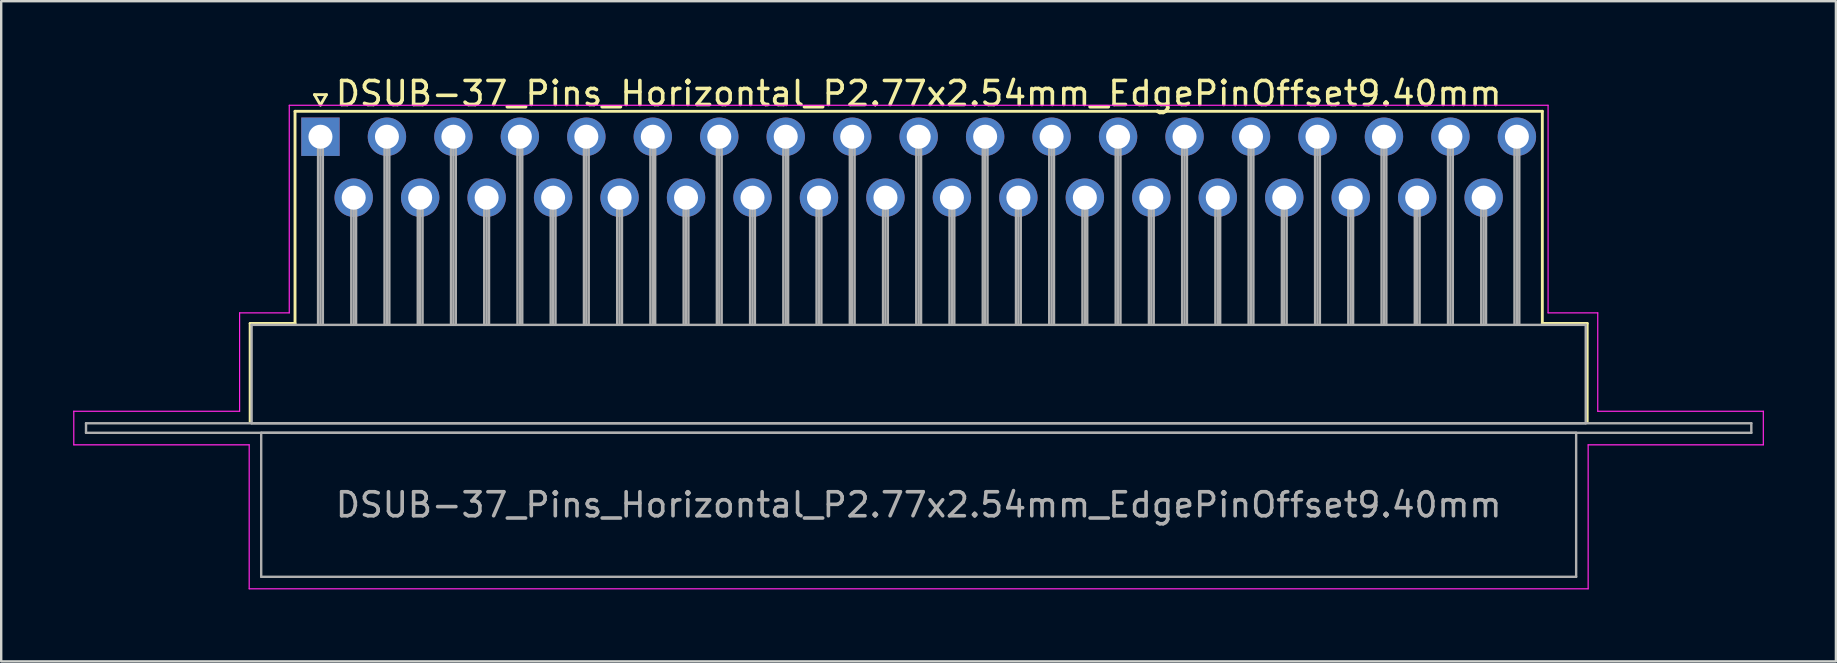
<source format=kicad_pcb>
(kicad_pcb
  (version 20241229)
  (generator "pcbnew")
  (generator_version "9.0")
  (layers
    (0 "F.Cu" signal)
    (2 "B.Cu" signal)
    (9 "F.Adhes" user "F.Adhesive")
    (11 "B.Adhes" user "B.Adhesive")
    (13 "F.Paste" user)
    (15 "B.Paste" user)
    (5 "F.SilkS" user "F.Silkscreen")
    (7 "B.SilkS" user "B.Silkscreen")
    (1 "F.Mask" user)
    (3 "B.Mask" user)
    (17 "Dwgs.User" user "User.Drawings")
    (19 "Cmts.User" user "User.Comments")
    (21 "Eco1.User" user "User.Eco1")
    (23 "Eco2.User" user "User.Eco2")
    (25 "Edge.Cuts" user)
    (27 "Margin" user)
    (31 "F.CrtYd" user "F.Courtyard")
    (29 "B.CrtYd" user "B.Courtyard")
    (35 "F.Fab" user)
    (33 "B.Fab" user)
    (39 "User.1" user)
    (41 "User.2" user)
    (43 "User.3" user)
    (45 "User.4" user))
  (footprint "DSUB-37_Pins_Horizontal_P2.77x2.54mm_EdgePinOffset9.40mm"
    (layer "F.Cu")
    (at 10.305 2.648)
    (property "Reference" "DSUB-37_Pins_Horizontal_P2.77x2.54mm_EdgePinOffset9.40mm" (at 24.93 -1.8 0) (layer "F.SilkS") (effects (font (size 1 1) (thickness 0.15))))
    (attr through_hole)
    (fp_line (start -2.93 7.78) (end -1.06 7.78) (stroke (width 0.12) (type solid)) (layer "F.SilkS"))
    (fp_line (start -2.93 11.88) (end -2.93 7.78) (stroke (width 0.12) (type solid)) (layer "F.SilkS"))
    (fp_line (start -1.06 -1.06) (end 50.92 -1.06) (stroke (width 0.12) (type solid)) (layer "F.SilkS"))
    (fp_line (start -1.06 7.78) (end -1.06 -1.06) (stroke (width 0.12) (type solid)) (layer "F.SilkS"))
    (fp_line (start -0.25 -1.754) (end 0.25 -1.754) (stroke (width 0.12) (type solid)) (layer "F.SilkS"))
    (fp_line (start 0 -1.321) (end -0.25 -1.754) (stroke (width 0.12) (type solid)) (layer "F.SilkS"))
    (fp_line (start 0.25 -1.754) (end 0 -1.321) (stroke (width 0.12) (type solid)) (layer "F.SilkS"))
    (fp_line (start 50.92 -1.06) (end 50.92 7.78) (stroke (width 0.12) (type solid)) (layer "F.SilkS"))
    (fp_line (start 50.92 7.78) (end 52.79 7.78) (stroke (width 0.12) (type solid)) (layer "F.SilkS"))
    (fp_line (start 52.79 7.78) (end 52.79 11.88) (stroke (width 0.12) (type solid)) (layer "F.SilkS"))
    (fp_line (start -10.28 11.44) (end -3.37 11.44) (stroke (width 0.05) (type solid)) (layer "F.CrtYd"))
    (fp_line (start -10.28 12.84) (end -10.28 11.44) (stroke (width 0.05) (type solid)) (layer "F.CrtYd"))
    (fp_line (start -3.37 7.34) (end -1.3 7.34) (stroke (width 0.05) (type solid)) (layer "F.CrtYd"))
    (fp_line (start -3.37 11.44) (end -3.37 7.34) (stroke (width 0.05) (type solid)) (layer "F.CrtYd"))
    (fp_line (start -2.97 12.84) (end -10.28 12.84) (stroke (width 0.05) (type solid)) (layer "F.CrtYd"))
    (fp_line (start -2.97 18.84) (end -2.97 12.84) (stroke (width 0.05) (type solid)) (layer "F.CrtYd"))
    (fp_line (start -1.3 -1.31) (end 51.16 -1.31) (stroke (width 0.05) (type solid)) (layer "F.CrtYd"))
    (fp_line (start -1.3 7.34) (end -1.3 -1.31) (stroke (width 0.05) (type solid)) (layer "F.CrtYd"))
    (fp_line (start 51.16 -1.31) (end 51.16 7.34) (stroke (width 0.05) (type solid)) (layer "F.CrtYd"))
    (fp_line (start 51.16 7.34) (end 53.23 7.34) (stroke (width 0.05) (type solid)) (layer "F.CrtYd"))
    (fp_line (start 52.83 12.84) (end 52.83 18.84) (stroke (width 0.05) (type solid)) (layer "F.CrtYd"))
    (fp_line (start 52.83 18.84) (end -2.97 18.84) (stroke (width 0.05) (type solid)) (layer "F.CrtYd"))
    (fp_line (start 53.23 7.34) (end 53.23 11.44) (stroke (width 0.05) (type solid)) (layer "F.CrtYd"))
    (fp_line (start 53.23 11.44) (end 60.13 11.44) (stroke (width 0.05) (type solid)) (layer "F.CrtYd"))
    (fp_line (start 60.13 11.44) (end 60.13 12.84) (stroke (width 0.05) (type solid)) (layer "F.CrtYd"))
    (fp_line (start 60.13 12.84) (end 52.83 12.84) (stroke (width 0.05) (type solid)) (layer "F.CrtYd"))
    (fp_line (start -9.77 11.94) (end -9.77 12.34) (stroke (width 0.1) (type solid)) (layer "F.Fab"))
    (fp_line (start -9.77 12.34) (end 59.63 12.34) (stroke (width 0.1) (type solid)) (layer "F.Fab"))
    (fp_line (start -2.87 7.84) (end -2.87 11.94) (stroke (width 0.1) (type solid)) (layer "F.Fab"))
    (fp_line (start -2.87 11.94) (end 52.73 11.94) (stroke (width 0.1) (type solid)) (layer "F.Fab"))
    (fp_line (start -2.47 12.34) (end -2.47 18.34) (stroke (width 0.1) (type solid)) (layer "F.Fab"))
    (fp_line (start -2.47 18.34) (end 52.33 18.34) (stroke (width 0.1) (type solid)) (layer "F.Fab"))
    (fp_line (start -0.1 0) (end -0.1 7.84) (stroke (width 0.1) (type solid)) (layer "F.Fab"))
    (fp_line (start 0 0) (end 0 7.84) (stroke (width 0.1) (type solid)) (layer "F.Fab"))
    (fp_line (start 0.1 0) (end 0.1 7.84) (stroke (width 0.1) (type solid)) (layer "F.Fab"))
    (fp_line (start 1.285 2.54) (end 1.285 7.84) (stroke (width 0.1) (type solid)) (layer "F.Fab"))
    (fp_line (start 1.385 2.54) (end 1.385 7.84) (stroke (width 0.1) (type solid)) (layer "F.Fab"))
    (fp_line (start 1.485 2.54) (end 1.485 7.84) (stroke (width 0.1) (type solid)) (layer "F.Fab"))
    (fp_line (start 2.67 0) (end 2.67 7.84) (stroke (width 0.1) (type solid)) (layer "F.Fab"))
    (fp_line (start 2.77 0) (end 2.77 7.84) (stroke (width 0.1) (type solid)) (layer "F.Fab"))
    (fp_line (start 2.87 0) (end 2.87 7.84) (stroke (width 0.1) (type solid)) (layer "F.Fab"))
    (fp_line (start 4.055 2.54) (end 4.055 7.84) (stroke (width 0.1) (type solid)) (layer "F.Fab"))
    (fp_line (start 4.155 2.54) (end 4.155 7.84) (stroke (width 0.1) (type solid)) (layer "F.Fab"))
    (fp_line (start 4.255 2.54) (end 4.255 7.84) (stroke (width 0.1) (type solid)) (layer "F.Fab"))
    (fp_line (start 5.44 0) (end 5.44 7.84) (stroke (width 0.1) (type solid)) (layer "F.Fab"))
    (fp_line (start 5.54 0) (end 5.54 7.84) (stroke (width 0.1) (type solid)) (layer "F.Fab"))
    (fp_line (start 5.64 0) (end 5.64 7.84) (stroke (width 0.1) (type solid)) (layer "F.Fab"))
    (fp_line (start 6.825 2.54) (end 6.825 7.84) (stroke (width 0.1) (type solid)) (layer "F.Fab"))
    (fp_line (start 6.925 2.54) (end 6.925 7.84) (stroke (width 0.1) (type solid)) (layer "F.Fab"))
    (fp_line (start 7.025 2.54) (end 7.025 7.84) (stroke (width 0.1) (type solid)) (layer "F.Fab"))
    (fp_line (start 8.21 0) (end 8.21 7.84) (stroke (width 0.1) (type solid)) (layer "F.Fab"))
    (fp_line (start 8.31 0) (end 8.31 7.84) (stroke (width 0.1) (type solid)) (layer "F.Fab"))
    (fp_line (start 8.41 0) (end 8.41 7.84) (stroke (width 0.1) (type solid)) (layer "F.Fab"))
    (fp_line (start 9.595 2.54) (end 9.595 7.84) (stroke (width 0.1) (type solid)) (layer "F.Fab"))
    (fp_line (start 9.695 2.54) (end 9.695 7.84) (stroke (width 0.1) (type solid)) (layer "F.Fab"))
    (fp_line (start 9.795 2.54) (end 9.795 7.84) (stroke (width 0.1) (type solid)) (layer "F.Fab"))
    (fp_line (start 10.98 0) (end 10.98 7.84) (stroke (width 0.1) (type solid)) (layer "F.Fab"))
    (fp_line (start 11.08 0) (end 11.08 7.84) (stroke (width 0.1) (type solid)) (layer "F.Fab"))
    (fp_line (start 11.18 0) (end 11.18 7.84) (stroke (width 0.1) (type solid)) (layer "F.Fab"))
    (fp_line (start 12.365 2.54) (end 12.365 7.84) (stroke (width 0.1) (type solid)) (layer "F.Fab"))
    (fp_line (start 12.465 2.54) (end 12.465 7.84) (stroke (width 0.1) (type solid)) (layer "F.Fab"))
    (fp_line (start 12.565 2.54) (end 12.565 7.84) (stroke (width 0.1) (type solid)) (layer "F.Fab"))
    (fp_line (start 13.75 0) (end 13.75 7.84) (stroke (width 0.1) (type solid)) (layer "F.Fab"))
    (fp_line (start 13.85 0) (end 13.85 7.84) (stroke (width 0.1) (type solid)) (layer "F.Fab"))
    (fp_line (start 13.95 0) (end 13.95 7.84) (stroke (width 0.1) (type solid)) (layer "F.Fab"))
    (fp_line (start 15.135 2.54) (end 15.135 7.84) (stroke (width 0.1) (type solid)) (layer "F.Fab"))
    (fp_line (start 15.235 2.54) (end 15.235 7.84) (stroke (width 0.1) (type solid)) (layer "F.Fab"))
    (fp_line (start 15.335 2.54) (end 15.335 7.84) (stroke (width 0.1) (type solid)) (layer "F.Fab"))
    (fp_line (start 16.52 0) (end 16.52 7.84) (stroke (width 0.1) (type solid)) (layer "F.Fab"))
    (fp_line (start 16.62 0) (end 16.62 7.84) (stroke (width 0.1) (type solid)) (layer "F.Fab"))
    (fp_line (start 16.72 0) (end 16.72 7.84) (stroke (width 0.1) (type solid)) (layer "F.Fab"))
    (fp_line (start 17.905 2.54) (end 17.905 7.84) (stroke (width 0.1) (type solid)) (layer "F.Fab"))
    (fp_line (start 18.005 2.54) (end 18.005 7.84) (stroke (width 0.1) (type solid)) (layer "F.Fab"))
    (fp_line (start 18.105 2.54) (end 18.105 7.84) (stroke (width 0.1) (type solid)) (layer "F.Fab"))
    (fp_line (start 19.29 0) (end 19.29 7.84) (stroke (width 0.1) (type solid)) (layer "F.Fab"))
    (fp_line (start 19.39 0) (end 19.39 7.84) (stroke (width 0.1) (type solid)) (layer "F.Fab"))
    (fp_line (start 19.49 0) (end 19.49 7.84) (stroke (width 0.1) (type solid)) (layer "F.Fab"))
    (fp_line (start 20.675 2.54) (end 20.675 7.84) (stroke (width 0.1) (type solid)) (layer "F.Fab"))
    (fp_line (start 20.775 2.54) (end 20.775 7.84) (stroke (width 0.1) (type solid)) (layer "F.Fab"))
    (fp_line (start 20.875 2.54) (end 20.875 7.84) (stroke (width 0.1) (type solid)) (layer "F.Fab"))
    (fp_line (start 22.06 0) (end 22.06 7.84) (stroke (width 0.1) (type solid)) (layer "F.Fab"))
    (fp_line (start 22.16 0) (end 22.16 7.84) (stroke (width 0.1) (type solid)) (layer "F.Fab"))
    (fp_line (start 22.26 0) (end 22.26 7.84) (stroke (width 0.1) (type solid)) (layer "F.Fab"))
    (fp_line (start 23.445 2.54) (end 23.445 7.84) (stroke (width 0.1) (type solid)) (layer "F.Fab"))
    (fp_line (start 23.545 2.54) (end 23.545 7.84) (stroke (width 0.1) (type solid)) (layer "F.Fab"))
    (fp_line (start 23.645 2.54) (end 23.645 7.84) (stroke (width 0.1) (type solid)) (layer "F.Fab"))
    (fp_line (start 24.83 0) (end 24.83 7.84) (stroke (width 0.1) (type solid)) (layer "F.Fab"))
    (fp_line (start 24.93 0) (end 24.93 7.84) (stroke (width 0.1) (type solid)) (layer "F.Fab"))
    (fp_line (start 25.03 0) (end 25.03 7.84) (stroke (width 0.1) (type solid)) (layer "F.Fab"))
    (fp_line (start 26.215 2.54) (end 26.215 7.84) (stroke (width 0.1) (type solid)) (layer "F.Fab"))
    (fp_line (start 26.315 2.54) (end 26.315 7.84) (stroke (width 0.1) (type solid)) (layer "F.Fab"))
    (fp_line (start 26.415 2.54) (end 26.415 7.84) (stroke (width 0.1) (type solid)) (layer "F.Fab"))
    (fp_line (start 27.6 0) (end 27.6 7.84) (stroke (width 0.1) (type solid)) (layer "F.Fab"))
    (fp_line (start 27.7 0) (end 27.7 7.84) (stroke (width 0.1) (type solid)) (layer "F.Fab"))
    (fp_line (start 27.8 0) (end 27.8 7.84) (stroke (width 0.1) (type solid)) (layer "F.Fab"))
    (fp_line (start 28.985 2.54) (end 28.985 7.84) (stroke (width 0.1) (type solid)) (layer "F.Fab"))
    (fp_line (start 29.085 2.54) (end 29.085 7.84) (stroke (width 0.1) (type solid)) (layer "F.Fab"))
    (fp_line (start 29.185 2.54) (end 29.185 7.84) (stroke (width 0.1) (type solid)) (layer "F.Fab"))
    (fp_line (start 30.37 0) (end 30.37 7.84) (stroke (width 0.1) (type solid)) (layer "F.Fab"))
    (fp_line (start 30.47 0) (end 30.47 7.84) (stroke (width 0.1) (type solid)) (layer "F.Fab"))
    (fp_line (start 30.57 0) (end 30.57 7.84) (stroke (width 0.1) (type solid)) (layer "F.Fab"))
    (fp_line (start 31.755 2.54) (end 31.755 7.84) (stroke (width 0.1) (type solid)) (layer "F.Fab"))
    (fp_line (start 31.855 2.54) (end 31.855 7.84) (stroke (width 0.1) (type solid)) (layer "F.Fab"))
    (fp_line (start 31.955 2.54) (end 31.955 7.84) (stroke (width 0.1) (type solid)) (layer "F.Fab"))
    (fp_line (start 33.14 0) (end 33.14 7.84) (stroke (width 0.1) (type solid)) (layer "F.Fab"))
    (fp_line (start 33.24 0) (end 33.24 7.84) (stroke (width 0.1) (type solid)) (layer "F.Fab"))
    (fp_line (start 33.34 0) (end 33.34 7.84) (stroke (width 0.1) (type solid)) (layer "F.Fab"))
    (fp_line (start 34.525 2.54) (end 34.525 7.84) (stroke (width 0.1) (type solid)) (layer "F.Fab"))
    (fp_line (start 34.625 2.54) (end 34.625 7.84) (stroke (width 0.1) (type solid)) (layer "F.Fab"))
    (fp_line (start 34.725 2.54) (end 34.725 7.84) (stroke (width 0.1) (type solid)) (layer "F.Fab"))
    (fp_line (start 35.91 0) (end 35.91 7.84) (stroke (width 0.1) (type solid)) (layer "F.Fab"))
    (fp_line (start 36.01 0) (end 36.01 7.84) (stroke (width 0.1) (type solid)) (layer "F.Fab"))
    (fp_line (start 36.11 0) (end 36.11 7.84) (stroke (width 0.1) (type solid)) (layer "F.Fab"))
    (fp_line (start 37.295 2.54) (end 37.295 7.84) (stroke (width 0.1) (type solid)) (layer "F.Fab"))
    (fp_line (start 37.395 2.54) (end 37.395 7.84) (stroke (width 0.1) (type solid)) (layer "F.Fab"))
    (fp_line (start 37.495 2.54) (end 37.495 7.84) (stroke (width 0.1) (type solid)) (layer "F.Fab"))
    (fp_line (start 38.68 0) (end 38.68 7.84) (stroke (width 0.1) (type solid)) (layer "F.Fab"))
    (fp_line (start 38.78 0) (end 38.78 7.84) (stroke (width 0.1) (type solid)) (layer "F.Fab"))
    (fp_line (start 38.88 0) (end 38.88 7.84) (stroke (width 0.1) (type solid)) (layer "F.Fab"))
    (fp_line (start 40.065 2.54) (end 40.065 7.84) (stroke (width 0.1) (type solid)) (layer "F.Fab"))
    (fp_line (start 40.165 2.54) (end 40.165 7.84) (stroke (width 0.1) (type solid)) (layer "F.Fab"))
    (fp_line (start 40.265 2.54) (end 40.265 7.84) (stroke (width 0.1) (type solid)) (layer "F.Fab"))
    (fp_line (start 41.45 0) (end 41.45 7.84) (stroke (width 0.1) (type solid)) (layer "F.Fab"))
    (fp_line (start 41.55 0) (end 41.55 7.84) (stroke (width 0.1) (type solid)) (layer "F.Fab"))
    (fp_line (start 41.65 0) (end 41.65 7.84) (stroke (width 0.1) (type solid)) (layer "F.Fab"))
    (fp_line (start 42.835 2.54) (end 42.835 7.84) (stroke (width 0.1) (type solid)) (layer "F.Fab"))
    (fp_line (start 42.935 2.54) (end 42.935 7.84) (stroke (width 0.1) (type solid)) (layer "F.Fab"))
    (fp_line (start 43.035 2.54) (end 43.035 7.84) (stroke (width 0.1) (type solid)) (layer "F.Fab"))
    (fp_line (start 44.22 0) (end 44.22 7.84) (stroke (width 0.1) (type solid)) (layer "F.Fab"))
    (fp_line (start 44.32 0) (end 44.32 7.84) (stroke (width 0.1) (type solid)) (layer "F.Fab"))
    (fp_line (start 44.42 0) (end 44.42 7.84) (stroke (width 0.1) (type solid)) (layer "F.Fab"))
    (fp_line (start 45.605 2.54) (end 45.605 7.84) (stroke (width 0.1) (type solid)) (layer "F.Fab"))
    (fp_line (start 45.705 2.54) (end 45.705 7.84) (stroke (width 0.1) (type solid)) (layer "F.Fab"))
    (fp_line (start 45.805 2.54) (end 45.805 7.84) (stroke (width 0.1) (type solid)) (layer "F.Fab"))
    (fp_line (start 46.99 0) (end 46.99 7.84) (stroke (width 0.1) (type solid)) (layer "F.Fab"))
    (fp_line (start 47.09 0) (end 47.09 7.84) (stroke (width 0.1) (type solid)) (layer "F.Fab"))
    (fp_line (start 47.19 0) (end 47.19 7.84) (stroke (width 0.1) (type solid)) (layer "F.Fab"))
    (fp_line (start 48.375 2.54) (end 48.375 7.84) (stroke (width 0.1) (type solid)) (layer "F.Fab"))
    (fp_line (start 48.475 2.54) (end 48.475 7.84) (stroke (width 0.1) (type solid)) (layer "F.Fab"))
    (fp_line (start 48.575 2.54) (end 48.575 7.84) (stroke (width 0.1) (type solid)) (layer "F.Fab"))
    (fp_line (start 49.76 0) (end 49.76 7.84) (stroke (width 0.1) (type solid)) (layer "F.Fab"))
    (fp_line (start 49.86 0) (end 49.86 7.84) (stroke (width 0.1) (type solid)) (layer "F.Fab"))
    (fp_line (start 49.96 0) (end 49.96 7.84) (stroke (width 0.1) (type solid)) (layer "F.Fab"))
    (fp_line (start 52.33 12.34) (end -2.47 12.34) (stroke (width 0.1) (type solid)) (layer "F.Fab"))
    (fp_line (start 52.33 18.34) (end 52.33 12.34) (stroke (width 0.1) (type solid)) (layer "F.Fab"))
    (fp_line (start 52.73 7.84) (end -2.87 7.84) (stroke (width 0.1) (type solid)) (layer "F.Fab"))
    (fp_line (start 52.73 11.94) (end 52.73 7.84) (stroke (width 0.1) (type solid)) (layer "F.Fab"))
    (fp_line (start 59.63 11.94) (end -9.77 11.94) (stroke (width 0.1) (type solid)) (layer "F.Fab"))
    (fp_line (start 59.63 12.34) (end 59.63 11.94) (stroke (width 0.1) (type solid)) (layer "F.Fab"))
    (fp_text user "${REFERENCE}" (at 24.93 15.34 0) (layer "F.Fab") (effects (font (size 1 1) (thickness 0.15))))
    (pad "1" thru_hole rect (at 0 0) (size 1.6 1.6) (drill 1) (layers "*.Cu" "*.Mask"))
    (pad "2" thru_hole circle (at 2.77 0) (size 1.6 1.6) (drill 1) (layers "*.Cu" "*.Mask"))
    (pad "3" thru_hole circle (at 5.54 0) (size 1.6 1.6) (drill 1) (layers "*.Cu" "*.Mask"))
    (pad "4" thru_hole circle (at 8.31 0) (size 1.6 1.6) (drill 1) (layers "*.Cu" "*.Mask"))
    (pad "5" thru_hole circle (at 11.08 0) (size 1.6 1.6) (drill 1) (layers "*.Cu" "*.Mask"))
    (pad "6" thru_hole circle (at 13.85 0) (size 1.6 1.6) (drill 1) (layers "*.Cu" "*.Mask"))
    (pad "7" thru_hole circle (at 16.62 0) (size 1.6 1.6) (drill 1) (layers "*.Cu" "*.Mask"))
    (pad "8" thru_hole circle (at 19.39 0) (size 1.6 1.6) (drill 1) (layers "*.Cu" "*.Mask"))
    (pad "9" thru_hole circle (at 22.16 0) (size 1.6 1.6) (drill 1) (layers "*.Cu" "*.Mask"))
    (pad "10" thru_hole circle (at 24.93 0) (size 1.6 1.6) (drill 1) (layers "*.Cu" "*.Mask"))
    (pad "11" thru_hole circle (at 27.7 0) (size 1.6 1.6) (drill 1) (layers "*.Cu" "*.Mask"))
    (pad "12" thru_hole circle (at 30.47 0) (size 1.6 1.6) (drill 1) (layers "*.Cu" "*.Mask"))
    (pad "13" thru_hole circle (at 33.24 0) (size 1.6 1.6) (drill 1) (layers "*.Cu" "*.Mask"))
    (pad "14" thru_hole circle (at 36.01 0) (size 1.6 1.6) (drill 1) (layers "*.Cu" "*.Mask"))
    (pad "15" thru_hole circle (at 38.78 0) (size 1.6 1.6) (drill 1) (layers "*.Cu" "*.Mask"))
    (pad "16" thru_hole circle (at 41.55 0) (size 1.6 1.6) (drill 1) (layers "*.Cu" "*.Mask"))
    (pad "17" thru_hole circle (at 44.32 0) (size 1.6 1.6) (drill 1) (layers "*.Cu" "*.Mask"))
    (pad "18" thru_hole circle (at 47.09 0) (size 1.6 1.6) (drill 1) (layers "*.Cu" "*.Mask"))
    (pad "19" thru_hole circle (at 49.86 0) (size 1.6 1.6) (drill 1) (layers "*.Cu" "*.Mask"))
    (pad "20" thru_hole circle (at 1.385 2.54) (size 1.6 1.6) (drill 1) (layers "*.Cu" "*.Mask"))
    (pad "21" thru_hole circle (at 4.155 2.54) (size 1.6 1.6) (drill 1) (layers "*.Cu" "*.Mask"))
    (pad "22" thru_hole circle (at 6.925 2.54) (size 1.6 1.6) (drill 1) (layers "*.Cu" "*.Mask"))
    (pad "23" thru_hole circle (at 9.695 2.54) (size 1.6 1.6) (drill 1) (layers "*.Cu" "*.Mask"))
    (pad "24" thru_hole circle (at 12.465 2.54) (size 1.6 1.6) (drill 1) (layers "*.Cu" "*.Mask"))
    (pad "25" thru_hole circle (at 15.235 2.54) (size 1.6 1.6) (drill 1) (layers "*.Cu" "*.Mask"))
    (pad "26" thru_hole circle (at 18.005 2.54) (size 1.6 1.6) (drill 1) (layers "*.Cu" "*.Mask"))
    (pad "27" thru_hole circle (at 20.775 2.54) (size 1.6 1.6) (drill 1) (layers "*.Cu" "*.Mask"))
    (pad "28" thru_hole circle (at 23.545 2.54) (size 1.6 1.6) (drill 1) (layers "*.Cu" "*.Mask"))
    (pad "29" thru_hole circle (at 26.315 2.54) (size 1.6 1.6) (drill 1) (layers "*.Cu" "*.Mask"))
    (pad "30" thru_hole circle (at 29.085 2.54) (size 1.6 1.6) (drill 1) (layers "*.Cu" "*.Mask"))
    (pad "31" thru_hole circle (at 31.855 2.54) (size 1.6 1.6) (drill 1) (layers "*.Cu" "*.Mask"))
    (pad "32" thru_hole circle (at 34.625 2.54) (size 1.6 1.6) (drill 1) (layers "*.Cu" "*.Mask"))
    (pad "33" thru_hole circle (at 37.395 2.54) (size 1.6 1.6) (drill 1) (layers "*.Cu" "*.Mask"))
    (pad "34" thru_hole circle (at 40.165 2.54) (size 1.6 1.6) (drill 1) (layers "*.Cu" "*.Mask"))
    (pad "35" thru_hole circle (at 42.935 2.54) (size 1.6 1.6) (drill 1) (layers "*.Cu" "*.Mask"))
    (pad "36" thru_hole circle (at 45.705 2.54) (size 1.6 1.6) (drill 1) (layers "*.Cu" "*.Mask"))
    (pad "37" thru_hole circle (at 48.475 2.54) (size 1.6 1.6) (drill 1) (layers "*.Cu" "*.Mask")))
  (gr_rect
    (start -3 -3)
    (end 73.46 24.513)
    (stroke (width 0.1) (type default))
    (fill no)
    (layer "Edge.Cuts")))
</source>
